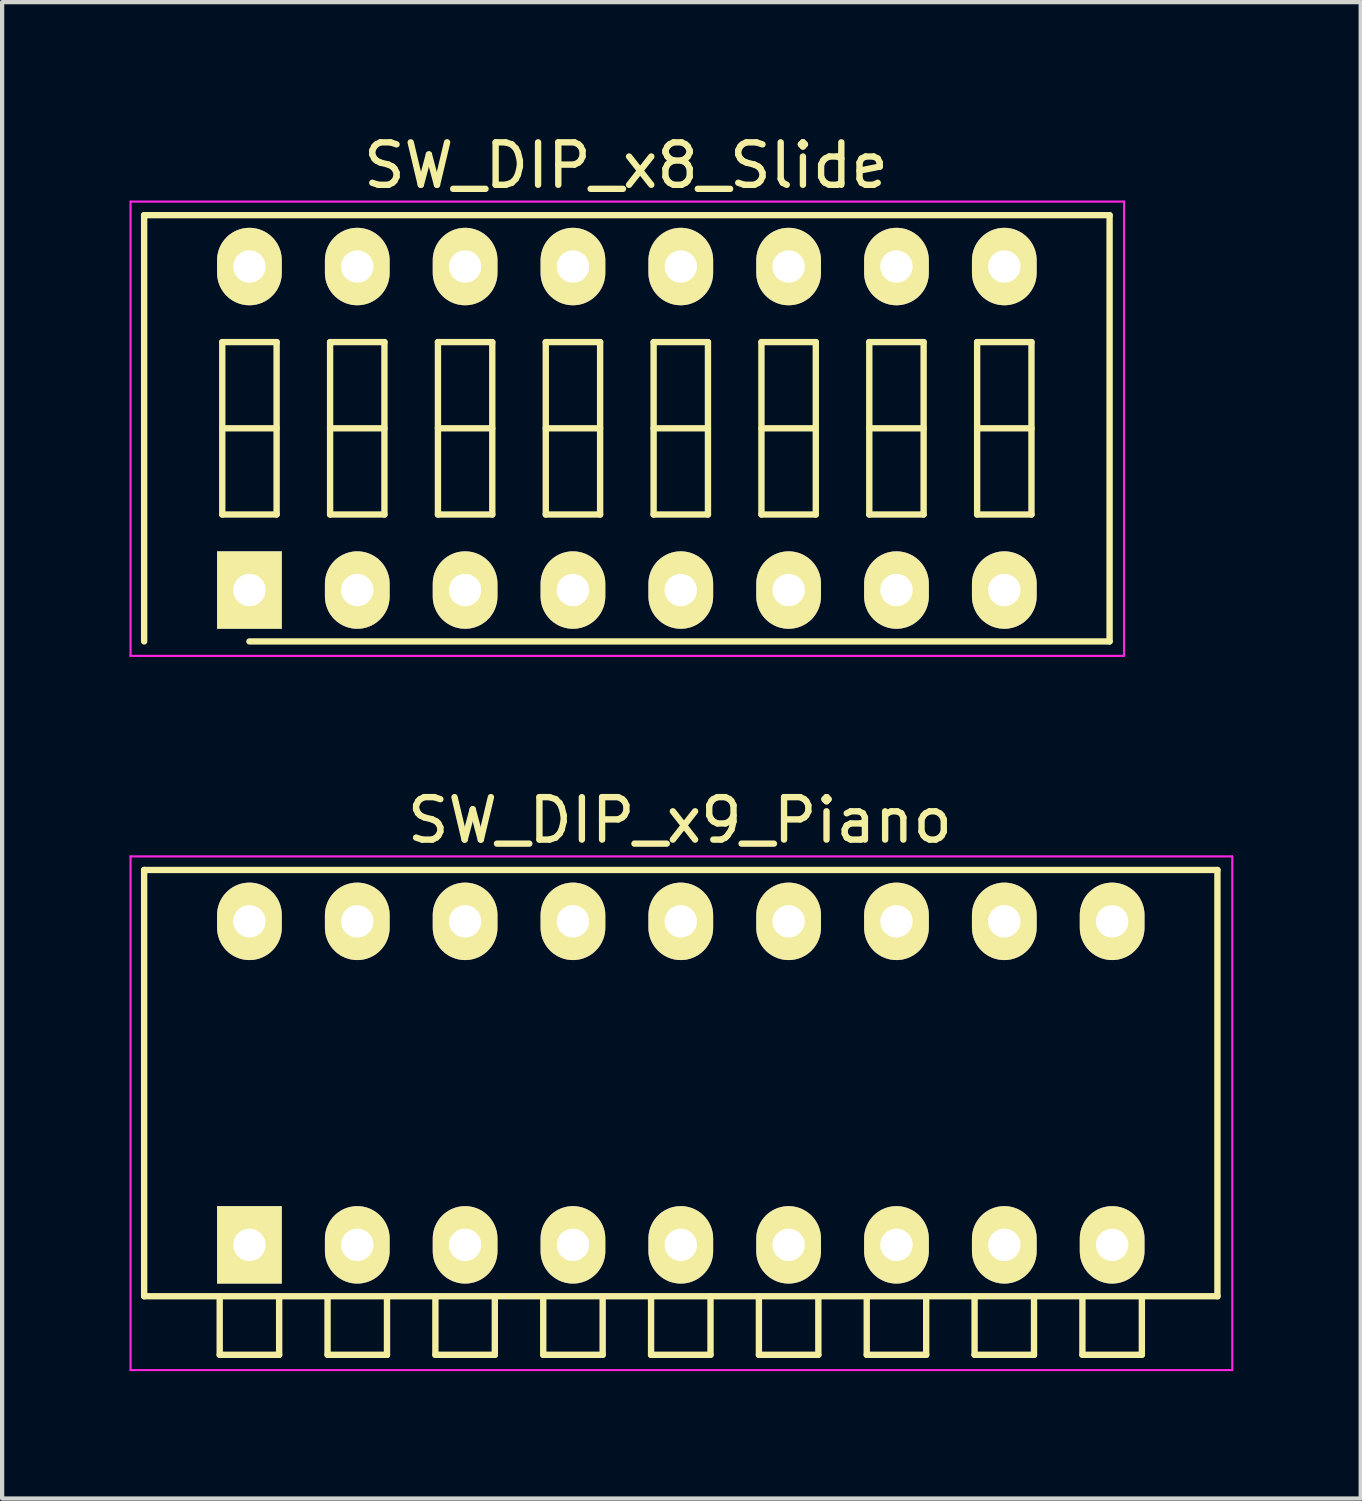
<source format=kicad_pcb>
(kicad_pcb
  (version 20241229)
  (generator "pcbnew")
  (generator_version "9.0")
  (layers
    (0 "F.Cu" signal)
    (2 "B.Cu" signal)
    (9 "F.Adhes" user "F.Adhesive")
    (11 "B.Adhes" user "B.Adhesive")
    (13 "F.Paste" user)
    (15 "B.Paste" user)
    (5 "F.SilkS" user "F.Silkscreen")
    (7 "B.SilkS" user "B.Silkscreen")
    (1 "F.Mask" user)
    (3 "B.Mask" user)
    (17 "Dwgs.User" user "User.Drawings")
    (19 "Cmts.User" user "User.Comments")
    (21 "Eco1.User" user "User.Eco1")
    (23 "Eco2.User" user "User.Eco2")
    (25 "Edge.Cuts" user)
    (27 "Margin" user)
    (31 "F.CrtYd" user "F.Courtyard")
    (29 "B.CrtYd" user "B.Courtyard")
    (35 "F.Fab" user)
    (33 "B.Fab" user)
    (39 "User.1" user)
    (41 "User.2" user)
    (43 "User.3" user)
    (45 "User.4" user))
  (footprint "SW_DIP_x8_Slide"
    (layer "F.Cu")
    (at 2.825 10.848)
    (property "Reference" "SW_DIP_x8_Slide" (at 8.87 -10 0) (layer "F.SilkS") (effects (font (size 1 1) (thickness 0.15))))
    (attr through_hole)
    (fp_line (start -2.48 -8.83) (end 20.26 -8.83) (stroke (width 0.15) (type solid)) (layer "F.SilkS"))
    (fp_line (start -2.48 1.21) (end -2.48 -8.83) (stroke (width 0.15) (type solid)) (layer "F.SilkS"))
    (fp_line (start -0.64 -5.84) (end -0.64 -1.78) (stroke (width 0.15) (type solid)) (layer "F.SilkS"))
    (fp_line (start -0.64 -3.81) (end 0.64 -3.81) (stroke (width 0.15) (type solid)) (layer "F.SilkS"))
    (fp_line (start -0.64 -1.78) (end 0.64 -1.78) (stroke (width 0.15) (type solid)) (layer "F.SilkS"))
    (fp_line (start 0.64 -5.84) (end -0.64 -5.84) (stroke (width 0.15) (type solid)) (layer "F.SilkS"))
    (fp_line (start 0.64 -1.78) (end 0.64 -5.84) (stroke (width 0.15) (type solid)) (layer "F.SilkS"))
    (fp_line (start 1.9 -5.84) (end 1.9 -1.78) (stroke (width 0.15) (type solid)) (layer "F.SilkS"))
    (fp_line (start 1.9 -3.81) (end 3.18 -3.81) (stroke (width 0.15) (type solid)) (layer "F.SilkS"))
    (fp_line (start 1.9 -1.78) (end 3.18 -1.78) (stroke (width 0.15) (type solid)) (layer "F.SilkS"))
    (fp_line (start 3.18 -5.84) (end 1.9 -5.84) (stroke (width 0.15) (type solid)) (layer "F.SilkS"))
    (fp_line (start 3.18 -1.78) (end 3.18 -5.84) (stroke (width 0.15) (type solid)) (layer "F.SilkS"))
    (fp_line (start 4.44 -5.84) (end 4.44 -1.78) (stroke (width 0.15) (type solid)) (layer "F.SilkS"))
    (fp_line (start 4.44 -3.81) (end 5.72 -3.81) (stroke (width 0.15) (type solid)) (layer "F.SilkS"))
    (fp_line (start 4.44 -1.78) (end 5.72 -1.78) (stroke (width 0.15) (type solid)) (layer "F.SilkS"))
    (fp_line (start 5.72 -5.84) (end 4.44 -5.84) (stroke (width 0.15) (type solid)) (layer "F.SilkS"))
    (fp_line (start 5.72 -1.78) (end 5.72 -5.84) (stroke (width 0.15) (type solid)) (layer "F.SilkS"))
    (fp_line (start 6.98 -5.84) (end 6.98 -1.78) (stroke (width 0.15) (type solid)) (layer "F.SilkS"))
    (fp_line (start 6.98 -3.81) (end 8.26 -3.81) (stroke (width 0.15) (type solid)) (layer "F.SilkS"))
    (fp_line (start 6.98 -1.78) (end 8.26 -1.78) (stroke (width 0.15) (type solid)) (layer "F.SilkS"))
    (fp_line (start 8.26 -5.84) (end 6.98 -5.84) (stroke (width 0.15) (type solid)) (layer "F.SilkS"))
    (fp_line (start 8.26 -1.78) (end 8.26 -5.84) (stroke (width 0.15) (type solid)) (layer "F.SilkS"))
    (fp_line (start 9.52 -5.84) (end 9.52 -1.78) (stroke (width 0.15) (type solid)) (layer "F.SilkS"))
    (fp_line (start 9.52 -3.81) (end 10.8 -3.81) (stroke (width 0.15) (type solid)) (layer "F.SilkS"))
    (fp_line (start 9.52 -1.78) (end 10.8 -1.78) (stroke (width 0.15) (type solid)) (layer "F.SilkS"))
    (fp_line (start 10.8 -5.84) (end 9.52 -5.84) (stroke (width 0.15) (type solid)) (layer "F.SilkS"))
    (fp_line (start 10.8 -1.78) (end 10.8 -5.84) (stroke (width 0.15) (type solid)) (layer "F.SilkS"))
    (fp_line (start 12.06 -5.84) (end 12.06 -1.78) (stroke (width 0.15) (type solid)) (layer "F.SilkS"))
    (fp_line (start 12.06 -3.81) (end 13.34 -3.81) (stroke (width 0.15) (type solid)) (layer "F.SilkS"))
    (fp_line (start 12.06 -1.78) (end 13.34 -1.78) (stroke (width 0.15) (type solid)) (layer "F.SilkS"))
    (fp_line (start 13.34 -5.84) (end 12.06 -5.84) (stroke (width 0.15) (type solid)) (layer "F.SilkS"))
    (fp_line (start 13.34 -1.78) (end 13.34 -5.84) (stroke (width 0.15) (type solid)) (layer "F.SilkS"))
    (fp_line (start 14.6 -5.84) (end 14.6 -1.78) (stroke (width 0.15) (type solid)) (layer "F.SilkS"))
    (fp_line (start 14.6 -3.81) (end 15.88 -3.81) (stroke (width 0.15) (type solid)) (layer "F.SilkS"))
    (fp_line (start 14.6 -1.78) (end 15.88 -1.78) (stroke (width 0.15) (type solid)) (layer "F.SilkS"))
    (fp_line (start 15.88 -5.84) (end 14.6 -5.84) (stroke (width 0.15) (type solid)) (layer "F.SilkS"))
    (fp_line (start 15.88 -1.78) (end 15.88 -5.84) (stroke (width 0.15) (type solid)) (layer "F.SilkS"))
    (fp_line (start 17.14 -5.84) (end 17.14 -1.78) (stroke (width 0.15) (type solid)) (layer "F.SilkS"))
    (fp_line (start 17.14 -3.81) (end 18.42 -3.81) (stroke (width 0.15) (type solid)) (layer "F.SilkS"))
    (fp_line (start 17.14 -1.78) (end 18.42 -1.78) (stroke (width 0.15) (type solid)) (layer "F.SilkS"))
    (fp_line (start 18.42 -5.84) (end 17.14 -5.84) (stroke (width 0.15) (type solid)) (layer "F.SilkS"))
    (fp_line (start 18.42 -1.78) (end 18.42 -5.84) (stroke (width 0.15) (type solid)) (layer "F.SilkS"))
    (fp_line (start 20.26 -8.83) (end 20.26 1.21) (stroke (width 0.15) (type solid)) (layer "F.SilkS"))
    (fp_line (start 20.26 1.21) (end 0 1.21) (stroke (width 0.15) (type solid)) (layer "F.SilkS"))
    (fp_line (start -2.8 -9.15) (end -2.8 1.55) (stroke (width 0.05) (type solid)) (layer "F.CrtYd"))
    (fp_line (start -2.8 1.55) (end 20.6 1.55) (stroke (width 0.05) (type solid)) (layer "F.CrtYd"))
    (fp_line (start 20.6 -9.15) (end -2.8 -9.15) (stroke (width 0.05) (type solid)) (layer "F.CrtYd"))
    (fp_line (start 20.6 1.55) (end 20.6 -9.15) (stroke (width 0.05) (type solid)) (layer "F.CrtYd"))
    (pad "1" thru_hole rect (at 0 0) (size 1.524 1.824) (drill 0.762) (layers "*.Cu" "*.Mask" "F.SilkS"))
    (pad "2" thru_hole oval (at 2.54 0) (size 1.524 1.824) (drill 0.762) (layers "*.Cu" "*.Mask" "F.SilkS"))
    (pad "3" thru_hole oval (at 5.08 0) (size 1.524 1.824) (drill 0.762) (layers "*.Cu" "*.Mask" "F.SilkS"))
    (pad "4" thru_hole oval (at 7.62 0) (size 1.524 1.824) (drill 0.762) (layers "*.Cu" "*.Mask" "F.SilkS"))
    (pad "5" thru_hole oval (at 10.16 0) (size 1.524 1.824) (drill 0.762) (layers "*.Cu" "*.Mask" "F.SilkS"))
    (pad "6" thru_hole oval (at 12.7 0) (size 1.524 1.824) (drill 0.762) (layers "*.Cu" "*.Mask" "F.SilkS"))
    (pad "7" thru_hole oval (at 15.24 0) (size 1.524 1.824) (drill 0.762) (layers "*.Cu" "*.Mask" "F.SilkS"))
    (pad "8" thru_hole oval (at 17.78 0) (size 1.524 1.824) (drill 0.762) (layers "*.Cu" "*.Mask" "F.SilkS"))
    (pad "9" thru_hole oval (at 17.78 -7.62) (size 1.524 1.824) (drill 0.762) (layers "*.Cu" "*.Mask" "F.SilkS"))
    (pad "10" thru_hole oval (at 15.24 -7.62) (size 1.524 1.824) (drill 0.762) (layers "*.Cu" "*.Mask" "F.SilkS"))
    (pad "11" thru_hole oval (at 12.7 -7.62) (size 1.524 1.824) (drill 0.762) (layers "*.Cu" "*.Mask" "F.SilkS"))
    (pad "12" thru_hole oval (at 10.16 -7.62) (size 1.524 1.824) (drill 0.762) (layers "*.Cu" "*.Mask" "F.SilkS"))
    (pad "13" thru_hole oval (at 7.62 -7.62) (size 1.524 1.824) (drill 0.762) (layers "*.Cu" "*.Mask" "F.SilkS"))
    (pad "14" thru_hole oval (at 5.08 -7.62) (size 1.524 1.824) (drill 0.762) (layers "*.Cu" "*.Mask" "F.SilkS"))
    (pad "15" thru_hole oval (at 2.54 -7.62) (size 1.524 1.824) (drill 0.762) (layers "*.Cu" "*.Mask" "F.SilkS"))
    (pad "16" thru_hole oval (at 0 -7.62) (size 1.524 1.824) (drill 0.762) (layers "*.Cu" "*.Mask" "F.SilkS")))
  (footprint "SW_DIP_x9_Piano"
    (layer "F.Cu")
    (at 2.825 26.271)
    (property "Reference" "SW_DIP_x9_Piano" (at 10.14 -10 0) (layer "F.SilkS") (effects (font (size 1 1) (thickness 0.15))))
    (attr through_hole)
    (fp_line (start -2.48 -8.83) (end 22.8 -8.83) (stroke (width 0.15) (type solid)) (layer "F.SilkS"))
    (fp_line (start -2.48 1.21) (end -2.48 -8.83) (stroke (width 0.15) (type solid)) (layer "F.SilkS"))
    (fp_line (start -0.7 1.22) (end -0.7 2.59) (stroke (width 0.15) (type solid)) (layer "F.SilkS"))
    (fp_line (start -0.7 2.59) (end 0.7 2.59) (stroke (width 0.15) (type solid)) (layer "F.SilkS"))
    (fp_line (start 0.7 2.59) (end 0.7 1.22) (stroke (width 0.15) (type solid)) (layer "F.SilkS"))
    (fp_line (start 1.84 1.22) (end 1.84 2.59) (stroke (width 0.15) (type solid)) (layer "F.SilkS"))
    (fp_line (start 1.84 2.59) (end 3.24 2.59) (stroke (width 0.15) (type solid)) (layer "F.SilkS"))
    (fp_line (start 3.24 2.59) (end 3.24 1.22) (stroke (width 0.15) (type solid)) (layer "F.SilkS"))
    (fp_line (start 4.38 1.22) (end 4.38 2.59) (stroke (width 0.15) (type solid)) (layer "F.SilkS"))
    (fp_line (start 4.38 2.59) (end 5.78 2.59) (stroke (width 0.15) (type solid)) (layer "F.SilkS"))
    (fp_line (start 5.78 2.59) (end 5.78 1.22) (stroke (width 0.15) (type solid)) (layer "F.SilkS"))
    (fp_line (start 6.92 1.22) (end 6.92 2.59) (stroke (width 0.15) (type solid)) (layer "F.SilkS"))
    (fp_line (start 6.92 2.59) (end 8.32 2.59) (stroke (width 0.15) (type solid)) (layer "F.SilkS"))
    (fp_line (start 8.32 2.59) (end 8.32 1.22) (stroke (width 0.15) (type solid)) (layer "F.SilkS"))
    (fp_line (start 9.46 1.22) (end 9.46 2.59) (stroke (width 0.15) (type solid)) (layer "F.SilkS"))
    (fp_line (start 9.46 2.59) (end 10.86 2.59) (stroke (width 0.15) (type solid)) (layer "F.SilkS"))
    (fp_line (start 10.86 2.59) (end 10.86 1.22) (stroke (width 0.15) (type solid)) (layer "F.SilkS"))
    (fp_line (start 12 1.22) (end 12 2.59) (stroke (width 0.15) (type solid)) (layer "F.SilkS"))
    (fp_line (start 12 2.59) (end 13.4 2.59) (stroke (width 0.15) (type solid)) (layer "F.SilkS"))
    (fp_line (start 13.4 2.59) (end 13.4 1.22) (stroke (width 0.15) (type solid)) (layer "F.SilkS"))
    (fp_line (start 14.54 1.22) (end 14.54 2.59) (stroke (width 0.15) (type solid)) (layer "F.SilkS"))
    (fp_line (start 14.54 2.59) (end 15.94 2.59) (stroke (width 0.15) (type solid)) (layer "F.SilkS"))
    (fp_line (start 15.94 2.59) (end 15.94 1.22) (stroke (width 0.15) (type solid)) (layer "F.SilkS"))
    (fp_line (start 17.08 1.22) (end 17.08 2.59) (stroke (width 0.15) (type solid)) (layer "F.SilkS"))
    (fp_line (start 17.08 2.59) (end 18.48 2.59) (stroke (width 0.15) (type solid)) (layer "F.SilkS"))
    (fp_line (start 18.48 2.59) (end 18.48 1.22) (stroke (width 0.15) (type solid)) (layer "F.SilkS"))
    (fp_line (start 19.62 1.22) (end 19.62 2.59) (stroke (width 0.15) (type solid)) (layer "F.SilkS"))
    (fp_line (start 19.62 2.59) (end 21.02 2.59) (stroke (width 0.15) (type solid)) (layer "F.SilkS"))
    (fp_line (start 21.02 2.59) (end 21.02 1.22) (stroke (width 0.15) (type solid)) (layer "F.SilkS"))
    (fp_line (start 22.8 -8.83) (end 22.8 1.21) (stroke (width 0.15) (type solid)) (layer "F.SilkS"))
    (fp_line (start 22.8 1.21) (end -2.48 1.21) (stroke (width 0.15) (type solid)) (layer "F.SilkS"))
    (fp_line (start -2.8 -9.15) (end -2.8 2.95) (stroke (width 0.05) (type solid)) (layer "F.CrtYd"))
    (fp_line (start -2.8 2.95) (end 23.15 2.95) (stroke (width 0.05) (type solid)) (layer "F.CrtYd"))
    (fp_line (start 23.15 -9.15) (end -2.8 -9.15) (stroke (width 0.05) (type solid)) (layer "F.CrtYd"))
    (fp_line (start 23.15 2.95) (end 23.15 -9.15) (stroke (width 0.05) (type solid)) (layer "F.CrtYd"))
    (pad "1" thru_hole rect (at 0 0) (size 1.524 1.824) (drill 0.762) (layers "*.Cu" "*.Mask" "F.SilkS"))
    (pad "2" thru_hole oval (at 2.54 0) (size 1.524 1.824) (drill 0.762) (layers "*.Cu" "*.Mask" "F.SilkS"))
    (pad "3" thru_hole oval (at 5.08 0) (size 1.524 1.824) (drill 0.762) (layers "*.Cu" "*.Mask" "F.SilkS"))
    (pad "4" thru_hole oval (at 7.62 0) (size 1.524 1.824) (drill 0.762) (layers "*.Cu" "*.Mask" "F.SilkS"))
    (pad "5" thru_hole oval (at 10.16 0) (size 1.524 1.824) (drill 0.762) (layers "*.Cu" "*.Mask" "F.SilkS"))
    (pad "6" thru_hole oval (at 12.7 0) (size 1.524 1.824) (drill 0.762) (layers "*.Cu" "*.Mask" "F.SilkS"))
    (pad "7" thru_hole oval (at 15.24 0) (size 1.524 1.824) (drill 0.762) (layers "*.Cu" "*.Mask" "F.SilkS"))
    (pad "8" thru_hole oval (at 17.78 0) (size 1.524 1.824) (drill 0.762) (layers "*.Cu" "*.Mask" "F.SilkS"))
    (pad "9" thru_hole oval (at 20.32 0) (size 1.524 1.824) (drill 0.762) (layers "*.Cu" "*.Mask" "F.SilkS"))
    (pad "10" thru_hole oval (at 20.32 -7.62) (size 1.524 1.824) (drill 0.762) (layers "*.Cu" "*.Mask" "F.SilkS"))
    (pad "11" thru_hole oval (at 17.78 -7.62) (size 1.524 1.824) (drill 0.762) (layers "*.Cu" "*.Mask" "F.SilkS"))
    (pad "12" thru_hole oval (at 15.24 -7.62) (size 1.524 1.824) (drill 0.762) (layers "*.Cu" "*.Mask" "F.SilkS"))
    (pad "13" thru_hole oval (at 12.7 -7.62) (size 1.524 1.824) (drill 0.762) (layers "*.Cu" "*.Mask" "F.SilkS"))
    (pad "14" thru_hole oval (at 10.16 -7.62) (size 1.524 1.824) (drill 0.762) (layers "*.Cu" "*.Mask" "F.SilkS"))
    (pad "15" thru_hole oval (at 7.62 -7.62) (size 1.524 1.824) (drill 0.762) (layers "*.Cu" "*.Mask" "F.SilkS"))
    (pad "16" thru_hole oval (at 5.08 -7.62) (size 1.524 1.824) (drill 0.762) (layers "*.Cu" "*.Mask" "F.SilkS"))
    (pad "17" thru_hole oval (at 2.54 -7.62) (size 1.524 1.824) (drill 0.762) (layers "*.Cu" "*.Mask" "F.SilkS"))
    (pad "18" thru_hole oval (at 0 -7.62) (size 1.524 1.824) (drill 0.762) (layers "*.Cu" "*.Mask" "F.SilkS")))
  (gr_rect
    (start -3 -3)
    (end 29 32.246)
    (stroke (width 0.1) (type default))
    (fill no)
    (layer "Edge.Cuts")))
</source>
